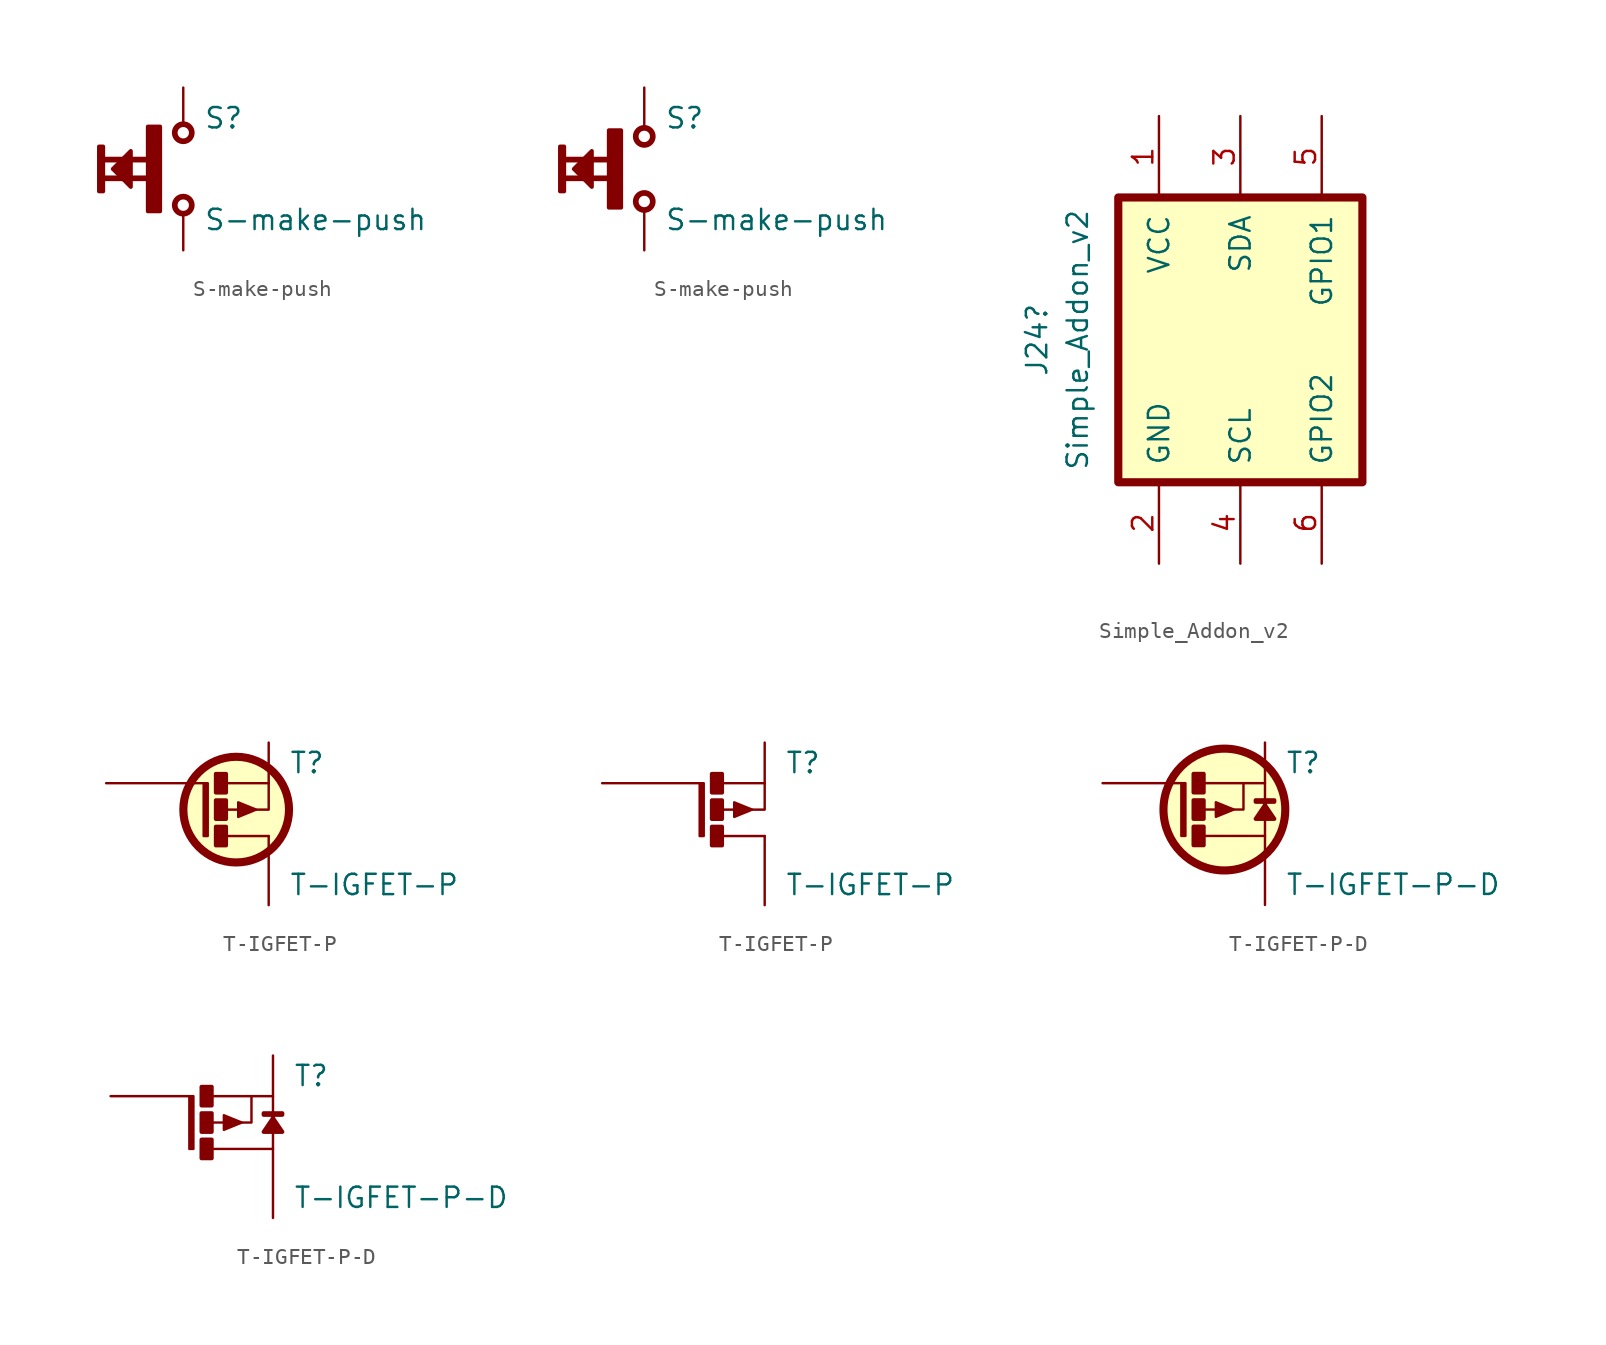
<source format=kicad_sym>
(kicad_symbol_lib
  (version 20241209)
  (generator "kicad_symbol_editor")
  (generator_version "9.0")
  (symbol "S-make-push"
    (pin_numbers
      (hide yes))
    (pin_names
      (offset 0)
      (hide yes))
    (property "Reference" "S"
      (at 1.27 3.175 0)
      (effects (font (size 1.27 1.27)) (justify left)))
    (property "Value" "S-make-push"
      (at 1.27 -3.175 0)
      (effects (font (size 1.27 1.27)) (justify left)))
    (symbol "S-make-push_1_1"
      (rectangle (start -5.258 1.397) (end -5.004 -1.397) (stroke (width 0.254) (type default)) (fill (type outline)))
      (polyline (pts (xy -4.953 0.584) (xy -2.261 0.584)) (stroke (width 0.356) (type default)) (fill (type none)))
      (polyline (pts (xy -4.953 -0.584) (xy -2.261 -0.584)) (stroke (width 0.356) (type default)) (fill (type none)))
      (polyline (pts (xy -4.394 0) (xy -3.277 -1.118) (xy -3.277 1.118) (xy -4.394 0)) (stroke (width 0.254) (type default)) (fill (type outline)))
      (rectangle (start -2.21 2.642) (end -1.448 -2.642) (stroke (width 0.254) (type default)) (fill (type outline)))
      (circle (center 0 2.261) (radius 0.533) (stroke (width 0.356) (type default)) (fill (type none)))
      (circle (center 0 -2.261) (radius 0.533) (stroke (width 0.356) (type default)) (fill (type none)))
      (pin passive line (at 0 5.08 270) (length 2.235) (name "1" (effects (font (size 1.27 1.27)))) (number "1" (effects (font (size 1.27 1.27)))))
      (pin passive line (at 0 -5.08 90) (length 2.235) (name "2" (effects (font (size 1.27 1.27)))) (number "2" (effects (font (size 1.27 1.27))))))
    (symbol "S-make-push_1_2"
      (rectangle (start -5.258 1.397) (end -5.004 -1.397) (stroke (width 0.254) (type default)) (fill (type outline)))
      (polyline (pts (xy -4.953 0.584) (xy -2.261 0.584)) (stroke (width 0.356) (type default)) (fill (type none)))
      (polyline (pts (xy -4.953 -0.584) (xy -2.261 -0.584)) (stroke (width 0.356) (type default)) (fill (type none)))
      (polyline (pts (xy -4.394 0) (xy -3.277 -1.118) (xy -3.277 1.118) (xy -4.394 0)) (stroke (width 0.254) (type default)) (fill (type outline)))
      (rectangle (start -2.21 2.413) (end -1.448 -2.413) (stroke (width 0.254) (type default)) (fill (type outline)))
      (circle (center 0 2.032) (radius 0.533) (stroke (width 0.356) (type default)) (fill (type none)))
      (circle (center 0 -2.032) (radius 0.533) (stroke (width 0.356) (type default)) (fill (type none)))
      (pin passive line (at 0 5.08 270) (length 2.464) (name "4" (effects (font (size 1.27 1.27)))) (number "4" (effects (font (size 1.27 1.27)))))
      (pin passive line (at 0 -5.08 90) (length 2.464) (name "3" (effects (font (size 1.27 1.27)))) (number "3" (effects (font (size 1.27 1.27))))))
    (symbol "S-make-push_1_3"
      (rectangle (start -6.274 1.397) (end -6.02 -1.397) (stroke (width 0.254) (type default)) (fill (type outline)))
      (polyline (pts (xy -5.969 0.584) (xy -3.277 0.584)) (stroke (width 0.356) (type default)) (fill (type none)))
      (polyline (pts (xy -5.969 -0.584) (xy -3.277 -0.584)) (stroke (width 0.356) (type default)) (fill (type none)))
      (polyline (pts (xy -5.41 0) (xy -4.293 -1.118) (xy -4.293 1.118) (xy -5.41 0)) (stroke (width 0.254) (type default)) (fill (type outline)))
      (rectangle (start -3.226 2.642) (end -2.464 -2.642) (stroke (width 0.254) (type default)) (fill (type outline)))
      (circle (center 0 2.261) (radius 0.533) (stroke (width 0.356) (type default)) (fill (type none)))
      (circle (center 0 -2.261) (radius 0.533) (stroke (width 0.356) (type default)) (fill (type none)))
      (pin passive line (at 0 5.08 270) (length 2.235) (name "4" (effects (font (size 1.27 1.27)))) (number "4" (effects (font (size 1.27 1.27)))))
      (pin passive line (at 0 -5.08 90) (length 2.235) (name "3" (effects (font (size 1.27 1.27)))) (number "3" (effects (font (size 1.27 1.27))))))
    (symbol "S-make-push_1_4"
      (rectangle (start -6.274 1.397) (end -6.02 -1.397) (stroke (width 0.254) (type default)) (fill (type outline)))
      (polyline (pts (xy -5.969 0.584) (xy -3.277 0.584)) (stroke (width 0.356) (type default)) (fill (type none)))
      (polyline (pts (xy -5.969 -0.584) (xy -3.277 -0.584)) (stroke (width 0.356) (type default)) (fill (type none)))
      (polyline (pts (xy -5.41 0) (xy -4.293 -1.118) (xy -4.293 1.118) (xy -5.41 0)) (stroke (width 0.254) (type default)) (fill (type outline)))
      (rectangle (start -3.226 2.413) (end -2.464 -2.413) (stroke (width 0.254) (type default)) (fill (type outline)))
      (circle (center 0 2.032) (radius 0.533) (stroke (width 0.356) (type default)) (fill (type none)))
      (circle (center 0 -2.032) (radius 0.533) (stroke (width 0.356) (type default)) (fill (type none)))
      (pin passive line (at 0 5.08 270) (length 2.464) (name "4" (effects (font (size 1.27 1.27)))) (number "4" (effects (font (size 1.27 1.27)))))
      (pin passive line (at 0 -5.08 90) (length 2.464) (name "3" (effects (font (size 1.27 1.27)))) (number "3" (effects (font (size 1.27 1.27)))))))
  (symbol "Simple_Addon_v2"
    (pin_names
      (offset 1.016))
    (property "Reference" "J24"
      (at -12.7 0 90)
      (effects (font (size 1.27 1.27))))
    (property "Value" "Simple_Addon_v2"
      (at -10.16 0 90)
      (effects (font (size 1.27 1.27))))
    (symbol "Simple_Addon_v2_1_1"
      (rectangle (start -7.62 8.89) (end 7.62 -8.89) (stroke (width 0.508) (type solid)) (fill (type background)))
      (pin input line (at -5.08 13.97 270) (length 5.08) (name "VCC" (effects (font (size 1.27 1.27)))) (number "1" (effects (font (size 1.27 1.27)))))
      (pin input line (at -5.08 -13.97 90) (length 5.08) (name "GND" (effects (font (size 1.27 1.27)))) (number "2" (effects (font (size 1.27 1.27)))))
      (pin input line (at 0 13.97 270) (length 5.08) (name "SDA" (effects (font (size 1.27 1.27)))) (number "3" (effects (font (size 1.27 1.27)))))
      (pin input line (at 0 -13.97 90) (length 5.08) (name "SCL" (effects (font (size 1.27 1.27)))) (number "4" (effects (font (size 1.27 1.27)))))
      (pin input line (at 5.08 13.97 270) (length 5.08) (name "GPIO1" (effects (font (size 1.27 1.27)))) (number "5" (effects (font (size 1.27 1.27)))))
      (pin input line (at 5.08 -13.97 90) (length 5.08) (name "GPIO2" (effects (font (size 1.27 1.27)))) (number "6" (effects (font (size 1.27 1.27)))))))
  (symbol "T-IGFET-P"
    (pin_numbers
      (hide yes))
    (pin_names
      (offset 0)
      (hide yes))
    (property "Reference" "T"
      (at 6.35 3.81 0)
      (effects (font (size 1.27 1.27)) (justify left)))
    (property "Value" "T-IGFET-P"
      (at 6.35 -3.81 0)
      (effects (font (size 1.27 1.27)) (justify left)))
    (symbol "T-IGFET-P_1_0"
      (rectangle (start 1.778 3.124) (end 2.413 1.956) (stroke (width 0.254) (type default)) (fill (type outline)))
      (rectangle (start 1.778 1.473) (end 2.413 0.305) (stroke (width 0.254) (type default)) (fill (type outline)))
      (rectangle (start 1.778 -0.178) (end 2.413 -1.346) (stroke (width 0.254) (type default)) (fill (type outline)))
      (polyline (pts (xy 4.293 0.889) (xy 3.175 0.432) (xy 3.175 1.346) (xy 4.293 0.889)) (stroke (width 0) (type default)) (fill (type outline)))
      (polyline (pts (xy 5.08 2.54) (xy 2.413 2.54)) (stroke (width 0) (type default)) (fill (type none)))
      (polyline (pts (xy 5.08 2.54) (xy 5.08 0.889) (xy 2.413 0.889)) (stroke (width 0) (type default)) (fill (type none)))
      (polyline (pts (xy 5.08 -0.762) (xy 2.413 -0.762)) (stroke (width 0) (type default)) (fill (type none)))
      (pin passive line (at -5.08 2.54 0) (length 6.096) (name "G" (effects (font (size 1.27 1.27)))) (number "2" (effects (font (size 1.27 1.27)))))
      (pin passive line (at 5.08 5.08 270) (length 2.54) (name "S" (effects (font (size 1.27 1.27)))) (number "3" (effects (font (size 1.27 1.27)))))
      (pin passive line (at 5.08 -5.08 90) (length 4.318) (name "D" (effects (font (size 1.27 1.27)))) (number "1" (effects (font (size 1.27 1.27))))))
    (symbol "T-IGFET-P_1_1"
      (rectangle (start 1.016 2.54) (end 1.27 -0.762) (stroke (width 0) (type default)) (fill (type outline)))
      (circle (center 3.048 0.889) (radius 3.302) (stroke (width 0.508) (type default)) (fill (type background))))
    (symbol "T-IGFET-P_1_2"
      (rectangle (start 1.016 2.54) (end 1.27 -0.762) (stroke (width 0) (type default)) (fill (type outline)))))
  (symbol "T-IGFET-P-D"
    (pin_numbers
      (hide yes))
    (pin_names
      (offset 0)
      (hide yes))
    (property "Reference" "T"
      (at 6.35 3.81 0)
      (effects (font (size 1.27 1.27)) (justify left)))
    (property "Value" "T-IGFET-P-D"
      (at 6.35 -3.81 0)
      (effects (font (size 1.27 1.27)) (justify left)))
    (symbol "T-IGFET-P-D_1_0"
      (rectangle (start 0.61 3.124) (end 1.245 1.956) (stroke (width 0.254) (type default)) (fill (type outline)))
      (rectangle (start 0.61 1.473) (end 1.245 0.305) (stroke (width 0.254) (type default)) (fill (type outline)))
      (rectangle (start 0.61 -0.178) (end 1.245 -1.346) (stroke (width 0.254) (type default)) (fill (type outline)))
      (polyline (pts (xy 1.245 -0.762) (xy 5.08 -0.762) (xy 5.08 2.54) (xy 1.245 2.54)) (stroke (width 0) (type default)) (fill (type none)))
      (polyline (pts (xy 3.124 0.889) (xy 2.007 0.432) (xy 2.007 1.346) (xy 3.124 0.889)) (stroke (width 0) (type default)) (fill (type outline)))
      (polyline (pts (xy 3.734 2.54) (xy 3.734 0.889) (xy 1.245 0.889)) (stroke (width 0) (type default)) (fill (type none)))
      (polyline (pts (xy 5.08 1.372) (xy 5.08 1.168) (xy 4.496 0.305) (xy 5.664 0.305) (xy 5.08 1.168) (xy 5.08 1.372) (xy 5.664 1.372) (xy 5.664 1.473) (xy 4.496 1.473) (xy 4.496 1.372) (xy 5.08 1.372)) (stroke (width 0.254) (type default)) (fill (type outline)))
      (pin passive line (at -5.08 2.54 0) (length 4.928) (name "G" (effects (font (size 1.27 1.27)))) (number "2" (effects (font (size 1.27 1.27)))))
      (pin passive line (at 5.08 5.08 270) (length 2.54) (name "S" (effects (font (size 1.27 1.27)))) (number "3" (effects (font (size 1.27 1.27)))))
      (pin passive line (at 5.08 -5.08 90) (length 4.318) (name "D" (effects (font (size 1.27 1.27)))) (number "1" (effects (font (size 1.27 1.27))))))
    (symbol "T-IGFET-P-D_1_1"
      (rectangle (start -0.152 2.54) (end 0.102 -0.762) (stroke (width 0) (type default)) (fill (type outline)))
      (circle (center 2.54 0.889) (radius 3.81) (stroke (width 0.508) (type default)) (fill (type background))))
    (symbol "T-IGFET-P-D_1_2"
      (rectangle (start -0.152 2.54) (end 0.102 -0.762) (stroke (width 0) (type default)) (fill (type outline))))))
</source>
